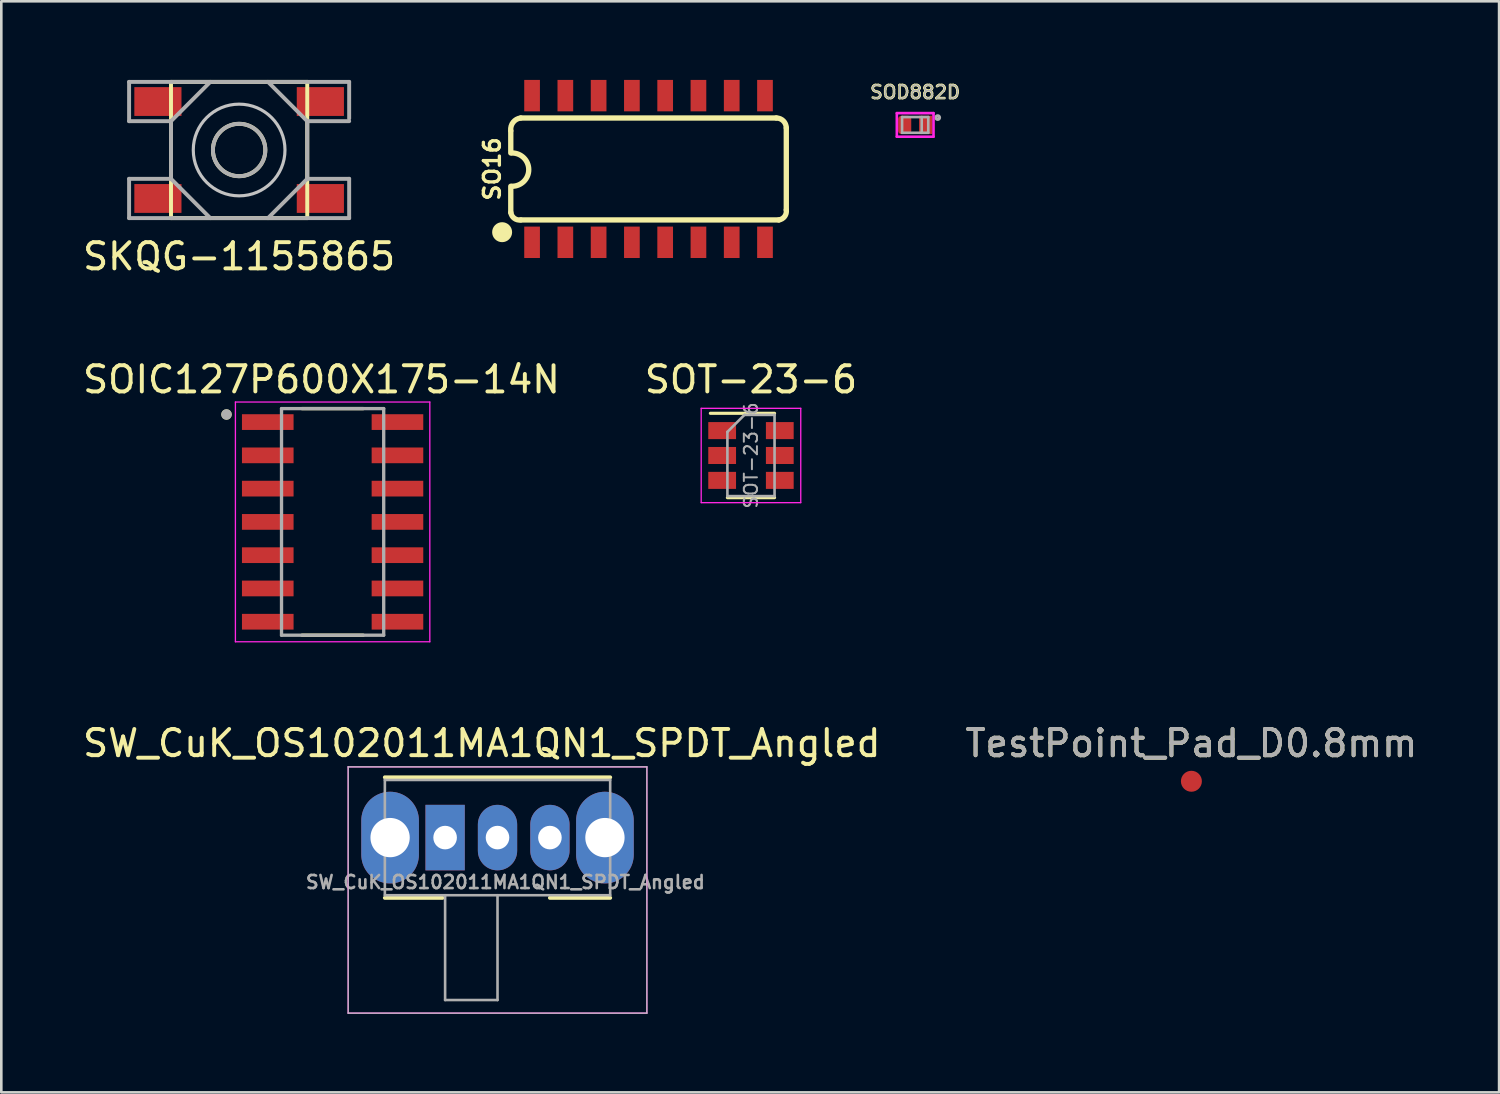
<source format=kicad_pcb>
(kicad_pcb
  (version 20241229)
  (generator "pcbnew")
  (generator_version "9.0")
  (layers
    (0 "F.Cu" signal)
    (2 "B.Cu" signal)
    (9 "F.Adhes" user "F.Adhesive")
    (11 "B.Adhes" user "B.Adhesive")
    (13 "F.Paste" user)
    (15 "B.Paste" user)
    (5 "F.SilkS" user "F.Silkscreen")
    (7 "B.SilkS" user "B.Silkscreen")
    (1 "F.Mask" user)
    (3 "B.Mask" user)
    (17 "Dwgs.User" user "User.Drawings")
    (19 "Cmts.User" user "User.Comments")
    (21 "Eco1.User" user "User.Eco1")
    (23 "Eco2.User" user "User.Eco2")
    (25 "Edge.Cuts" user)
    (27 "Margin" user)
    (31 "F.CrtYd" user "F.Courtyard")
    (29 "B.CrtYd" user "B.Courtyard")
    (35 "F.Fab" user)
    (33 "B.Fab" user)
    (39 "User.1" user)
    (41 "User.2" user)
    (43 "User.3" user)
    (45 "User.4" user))
  (footprint "SOT-23-6"
    (layer "F.Cu")
    (at 25.613 14.335)
    (property "Reference" "SOT-23-6" (at 0 -2.9 0) (layer "F.SilkS") (effects (font (size 1 1) (thickness 0.15))))
    (attr smd)
    (fp_line (start -0.9 1.61) (end 0.9 1.61) (stroke (width 0.12) (type solid)) (layer "F.SilkS"))
    (fp_line (start 0.9 -1.61) (end -1.55 -1.61) (stroke (width 0.12) (type solid)) (layer "F.SilkS"))
    (fp_line (start -1.9 -1.8) (end -1.9 1.8) (stroke (width 0.05) (type solid)) (layer "F.CrtYd"))
    (fp_line (start -1.9 1.8) (end 1.9 1.8) (stroke (width 0.05) (type solid)) (layer "F.CrtYd"))
    (fp_line (start 1.9 -1.8) (end -1.9 -1.8) (stroke (width 0.05) (type solid)) (layer "F.CrtYd"))
    (fp_line (start 1.9 1.8) (end 1.9 -1.8) (stroke (width 0.05) (type solid)) (layer "F.CrtYd"))
    (fp_line (start -0.9 -0.9) (end -0.9 1.55) (stroke (width 0.1) (type solid)) (layer "F.Fab"))
    (fp_line (start -0.9 -0.9) (end -0.25 -1.55) (stroke (width 0.1) (type solid)) (layer "F.Fab"))
    (fp_line (start 0.9 -1.55) (end -0.25 -1.55) (stroke (width 0.1) (type solid)) (layer "F.Fab"))
    (fp_line (start 0.9 -1.55) (end 0.9 1.55) (stroke (width 0.1) (type solid)) (layer "F.Fab"))
    (fp_line (start 0.9 1.55) (end -0.9 1.55) (stroke (width 0.1) (type solid)) (layer "F.Fab"))
    (fp_text user "${REFERENCE}" (at 0 0 270) (layer "F.Fab") (effects (font (size 0.5 0.5) (thickness 0.075))))
    (pad "1" smd rect (at -1.1 -0.95) (size 1.06 0.65) (layers "F.Cu" "F.Mask" "F.Paste"))
    (pad "2" smd rect (at -1.1 0) (size 1.06 0.65) (layers "F.Cu" "F.Mask" "F.Paste"))
    (pad "3" smd rect (at -1.1 0.95) (size 1.06 0.65) (layers "F.Cu" "F.Mask" "F.Paste"))
    (pad "4" smd rect (at 1.1 0.95) (size 1.06 0.65) (layers "F.Cu" "F.Mask" "F.Paste"))
    (pad "5" smd rect (at 1.1 0) (size 1.06 0.65) (layers "F.Cu" "F.Mask" "F.Paste"))
    (pad "6" smd rect (at 1.1 -0.95) (size 1.06 0.65) (layers "F.Cu" "F.Mask" "F.Paste")))
  (footprint "SO16"
    (layer "F.Cu")
    (at 21.703 3.399)
    (property "Reference" "SO16" (at -5.969 0 270) (layer "F.SilkS") (effects (font (size 0.61 0.61) (thickness 0.127))))
    (attr smd)
    (fp_line (start -5.258 -1.45) (end -5.258 -0.61) (stroke (width 0.203) (type solid)) (layer "F.SilkS"))
    (fp_line (start -5.258 1.664) (end -5.258 0.66) (stroke (width 0.203) (type solid)) (layer "F.SilkS"))
    (fp_line (start -4.877 1.946) (end 4.976 1.946) (stroke (width 0.203) (type solid)) (layer "F.SilkS"))
    (fp_line (start 4.877 -1.946) (end -4.877 -1.946) (stroke (width 0.203) (type solid)) (layer "F.SilkS"))
    (fp_line (start 5.258 1.565) (end 5.258 -1.565) (stroke (width 0.203) (type solid)) (layer "F.SilkS"))
    (fp_arc (start -5.2578 -1.46304) (mid -5.16725 -1.783248) (end -4.8768 -1.94564) (stroke (width 0.2032) (type solid)) (layer "F.SilkS"))
    (fp_arc (start -5.207 -0.6096) (mid -4.572 0.0254) (end -5.207 0.6604) (stroke (width 0.2032) (type solid)) (layer "F.SilkS"))
    (fp_arc (start -4.8768 1.94564) (mid -5.124422 1.883052) (end -5.25526 1.6637) (stroke (width 0.2032) (type solid)) (layer "F.SilkS"))
    (fp_arc (start 4.8768 -1.94564) (mid 5.146222 -1.83405) (end 5.2578 -1.56464) (stroke (width 0.2032) (type solid)) (layer "F.SilkS"))
    (fp_arc (start 5.2578 1.56464) (mid 5.194476 1.814065) (end 4.97332 1.94564) (stroke (width 0.2032) (type solid)) (layer "F.SilkS"))
    (fp_circle (center -5.588 2.413) (end -5.461 2.413) (stroke (width 0.254) (type solid)) (fill no) (layer "F.SilkS"))
    (fp_circle (center -5.588 2.413) (end -5.334 2.413) (stroke (width 0.254) (type solid)) (fill no) (layer "F.SilkS"))
    (pad "1" smd rect (at -4.445 2.799) (size 0.599 1.199) (layers "F.Cu" "F.Mask" "F.Paste"))
    (pad "2" smd rect (at -3.175 2.799) (size 0.599 1.199) (layers "F.Cu" "F.Mask" "F.Paste"))
    (pad "3" smd rect (at -1.905 2.799) (size 0.599 1.199) (layers "F.Cu" "F.Mask" "F.Paste"))
    (pad "4" smd rect (at -0.635 2.799) (size 0.599 1.199) (layers "F.Cu" "F.Mask" "F.Paste"))
    (pad "5" smd rect (at 0.635 2.799) (size 0.599 1.199) (layers "F.Cu" "F.Mask" "F.Paste"))
    (pad "6" smd rect (at 1.905 2.799) (size 0.599 1.199) (layers "F.Cu" "F.Mask" "F.Paste"))
    (pad "7" smd rect (at 3.175 2.799) (size 0.599 1.199) (layers "F.Cu" "F.Mask" "F.Paste"))
    (pad "8" smd rect (at 4.445 2.799) (size 0.599 1.199) (layers "F.Cu" "F.Mask" "F.Paste"))
    (pad "9" smd rect (at 4.445 -2.799) (size 0.599 1.199) (layers "F.Cu" "F.Mask" "F.Paste"))
    (pad "10" smd rect (at 3.175 -2.799) (size 0.599 1.199) (layers "F.Cu" "F.Mask" "F.Paste"))
    (pad "11" smd rect (at 1.905 -2.799) (size 0.599 1.199) (layers "F.Cu" "F.Mask" "F.Paste"))
    (pad "12" smd rect (at 0.635 -2.799) (size 0.599 1.199) (layers "F.Cu" "F.Mask" "F.Paste"))
    (pad "13" smd rect (at -0.635 -2.799) (size 0.599 1.199) (layers "F.Cu" "F.Mask" "F.Paste"))
    (pad "14" smd rect (at -1.905 -2.799) (size 0.599 1.199) (layers "F.Cu" "F.Mask" "F.Paste"))
    (pad "15" smd rect (at -3.175 -2.799) (size 0.599 1.199) (layers "F.Cu" "F.Mask" "F.Paste"))
    (pad "16" smd rect (at -4.445 -2.799) (size 0.599 1.199) (layers "F.Cu" "F.Mask" "F.Paste")))
  (footprint "TestPoint_Pad_D0.8mm"
    (layer "F.Cu")
    (at 42.423 26.769)
    (property "Reference" "TestPoint_Pad_D0.8mm" (at 0 -1.448 0) (layer "F.SilkS") (effects (font (size 1 1) (thickness 0.15))))
    (attr exclude_from_pos_files exclude_from_bom)
    (fp_text user "${REFERENCE}" (at 0 -1.45 0) (layer "F.Fab") (effects (font (size 1 1) (thickness 0.15))))
    (pad "1" smd circle (at 0 0) (size 0.8 0.8) (layers "F.Cu" "F.Mask")))
  (footprint "SOD882D"
    (layer "F.Cu")
    (at 31.88 1.718)
    (property "Reference" "SOD882D" (at 0 -1.25 0) (layer "F.SilkS") (effects (font (size 0.5 0.5) (thickness 0.1))))
    (attr smd)
    (fp_line (start -0.7 -0.45) (end 0.7 -0.45) (stroke (width 0.1) (type solid)) (layer "F.CrtYd"))
    (fp_line (start -0.7 0.45) (end -0.7 -0.45) (stroke (width 0.1) (type solid)) (layer "F.CrtYd"))
    (fp_line (start 0.7 -0.45) (end 0.7 0.45) (stroke (width 0.1) (type solid)) (layer "F.CrtYd"))
    (fp_line (start 0.7 0.45) (end -0.7 0.45) (stroke (width 0.1) (type solid)) (layer "F.CrtYd"))
    (fp_line (start -0.5 -0.3) (end 0.5 -0.3) (stroke (width 0.1) (type solid)) (layer "F.Fab"))
    (fp_line (start -0.5 0.3) (end -0.5 -0.3) (stroke (width 0.1) (type solid)) (layer "F.Fab"))
    (fp_line (start 0.25 -0.3) (end 0.25 0.3) (stroke (width 0.1) (type solid)) (layer "F.Fab"))
    (fp_line (start 0.5 -0.3) (end 0.5 0.3) (stroke (width 0.1) (type solid)) (layer "F.Fab"))
    (fp_line (start 0.5 0.3) (end -0.5 0.3) (stroke (width 0.1) (type solid)) (layer "F.Fab"))
    (fp_circle (center 0.86 -0.28) (end 0.87 -0.28) (stroke (width 0.12) (type solid)) (fill no) (layer "F.Fab"))
    (fp_text user "${REFERENCE}" (at 0 -1.25 0) (layer "F.Fab") (effects (font (size 0.5 0.5) (thickness 0.05))))
    (pad "1" smd rect (at 0.4 0) (size 0.5 0.7) (layers "F.Cu" "F.Mask" "F.Paste"))
    (pad "2" smd roundrect (at -0.4 0) (size 0.5 0.7) (layers "F.Cu" "F.Mask" "F.Paste") (roundrect_rratio 0.25)))
  (footprint "SW_CuK_OS102011MA1QN1_SPDT_Angled"
    (layer "F.Cu")
    (at 13.939 28.919)
    (property "Reference" "SW_CuK_OS102011MA1QN1_SPDT_Angled" (at 1.4 -3.6 0) (layer "F.SilkS") (effects (font (size 1 1) (thickness 0.15))))
    (attr through_hole)
    (fp_line (start -2.3 -2.3) (end 6.3 -2.3) (stroke (width 0.15) (type solid)) (layer "F.SilkS"))
    (fp_line (start -2.3 2.3) (end -0.1 2.3) (stroke (width 0.15) (type solid)) (layer "F.SilkS"))
    (fp_line (start 4 2.3) (end 6.3 2.3) (stroke (width 0.15) (type solid)) (layer "F.SilkS"))
    (fp_line (start -3.7 -2.7) (end 7.7 -2.7) (stroke (width 0.05) (type solid)) (layer "Dwgs.User"))
    (fp_line (start -3.7 6.7) (end -3.7 -2.7) (stroke (width 0.05) (type solid)) (layer "Dwgs.User"))
    (fp_line (start 7.7 -2.7) (end 7.7 6.7) (stroke (width 0.05) (type solid)) (layer "Dwgs.User"))
    (fp_line (start 7.7 6.7) (end -3.7 6.7) (stroke (width 0.05) (type solid)) (layer "Dwgs.User"))
    (fp_line (start -3.7 -2.7) (end 7.7 -2.7) (stroke (width 0.05) (type solid)) (layer "F.CrtYd"))
    (fp_line (start -3.7 6.7) (end -3.7 -2.7) (stroke (width 0.05) (type solid)) (layer "F.CrtYd"))
    (fp_line (start 7.7 -2.7) (end 7.7 6.7) (stroke (width 0.05) (type solid)) (layer "F.CrtYd"))
    (fp_line (start 7.7 6.7) (end -3.7 6.7) (stroke (width 0.05) (type solid)) (layer "F.CrtYd"))
    (fp_line (start -2.3 -2.2) (end -2.3 2.2) (stroke (width 0.1) (type solid)) (layer "F.Fab"))
    (fp_line (start -2.3 -2.2) (end 6.3 -2.2) (stroke (width 0.1) (type solid)) (layer "F.Fab"))
    (fp_line (start -2.3 2.2) (end 6.3 2.2) (stroke (width 0.1) (type solid)) (layer "F.Fab"))
    (fp_line (start 0 6.2) (end 0 2.2) (stroke (width 0.1) (type solid)) (layer "F.Fab"))
    (fp_line (start 2 2.2) (end 2 6.2) (stroke (width 0.1) (type solid)) (layer "F.Fab"))
    (fp_line (start 2 6.2) (end 0 6.2) (stroke (width 0.1) (type solid)) (layer "F.Fab"))
    (fp_line (start 6.3 2.2) (end 6.3 -2.2) (stroke (width 0.1) (type solid)) (layer "F.Fab"))
    (fp_text user "${REFERENCE}" (at 2.3 1.7 0) (layer "F.Fab") (effects (font (size 0.5 0.5) (thickness 0.1))))
    (pad "" thru_hole oval (at -2.1 0) (size 2.2 3.5) (drill 1.5) (layers "*.Cu" "*.Mask"))
    (pad "" thru_hole oval (at 6.1 0) (size 2.2 3.5) (drill 1.5) (layers "*.Cu" "*.Mask"))
    (pad "1" thru_hole rect (at 0 0) (size 1.5 2.5) (drill 0.9) (layers "*.Cu" "*.Mask"))
    (pad "2" thru_hole oval (at 2 0) (size 1.5 2.5) (drill 0.9) (layers "*.Cu" "*.Mask"))
    (pad "3" thru_hole oval (at 4 0) (size 1.5 2.5) (drill 0.9) (layers "*.Cu" "*.Mask")))
  (footprint "SKQG-1155865"
    (layer "F.Cu")
    (at 6.077 2.675)
    (property "Reference" "SKQG-1155865" (at 0 4.064 0) (layer "F.SilkS") (effects (font (size 1 1) (thickness 0.15))))
    (attr smd)
    (fp_line (start -2.6 -2.6) (end 2.6 -2.6) (stroke (width 0.15) (type solid)) (layer "F.SilkS"))
    (fp_line (start -2.6 2.6) (end -2.6 -2.6) (stroke (width 0.15) (type solid)) (layer "F.SilkS"))
    (fp_line (start 2.6 -2.6) (end 2.6 2.6) (stroke (width 0.15) (type solid)) (layer "F.SilkS"))
    (fp_line (start 2.6 2.6) (end -2.6 2.6) (stroke (width 0.15) (type solid)) (layer "F.SilkS"))
    (fp_circle (center 0 0) (end 1 0) (stroke (width 0.15) (type solid)) (fill no) (layer "F.SilkS"))
    (fp_circle (center 0 0) (end 1.75 0) (stroke (width 0.12) (type solid)) (fill no) (layer "Dwgs.User"))
    (fp_line (start -4.2 -2.6) (end 4.2 -2.6) (stroke (width 0.15) (type solid)) (layer "F.Fab"))
    (fp_line (start -4.2 -1.1) (end -4.2 -2.6) (stroke (width 0.15) (type solid)) (layer "F.Fab"))
    (fp_line (start -4.2 1.1) (end -2.6 1.1) (stroke (width 0.15) (type solid)) (layer "F.Fab"))
    (fp_line (start -4.2 2.6) (end -4.2 1.1) (stroke (width 0.15) (type solid)) (layer "F.Fab"))
    (fp_line (start -2.6 -1.1) (end -4.2 -1.1) (stroke (width 0.15) (type solid)) (layer "F.Fab"))
    (fp_line (start -2.6 -1.1) (end -1.1 -2.6) (stroke (width 0.15) (type solid)) (layer "F.Fab"))
    (fp_line (start -2.6 1.1) (end -2.6 -1.1) (stroke (width 0.15) (type solid)) (layer "F.Fab"))
    (fp_line (start -2.6 1.1) (end -1.1 2.6) (stroke (width 0.15) (type solid)) (layer "F.Fab"))
    (fp_line (start 2.6 -1.1) (end 1.1 -2.6) (stroke (width 0.15) (type solid)) (layer "F.Fab"))
    (fp_line (start 2.6 -1.1) (end 2.6 1.1) (stroke (width 0.15) (type solid)) (layer "F.Fab"))
    (fp_line (start 2.6 1.1) (end 1.1 2.6) (stroke (width 0.15) (type solid)) (layer "F.Fab"))
    (fp_line (start 2.6 1.1) (end 4.2 1.1) (stroke (width 0.15) (type solid)) (layer "F.Fab"))
    (fp_line (start 4.2 -2.6) (end 4.2 -1.2) (stroke (width 0.15) (type solid)) (layer "F.Fab"))
    (fp_line (start 4.2 -1.1) (end 2.6 -1.1) (stroke (width 0.15) (type solid)) (layer "F.Fab"))
    (fp_line (start 4.2 1.1) (end 4.2 2.6) (stroke (width 0.15) (type solid)) (layer "F.Fab"))
    (fp_line (start 4.2 2.6) (end -4.2 2.6) (stroke (width 0.15) (type solid)) (layer "F.Fab"))
    (fp_circle (center 0 0) (end 1 0) (stroke (width 0.15) (type solid)) (fill no) (layer "F.Fab"))
    (pad "1" smd rect (at 3.1 1.85) (size 1.8 1.1) (layers "F.Cu" "F.Mask" "F.Paste"))
    (pad "2" smd rect (at -3.1 -1.85) (size 1.8 1.1) (layers "F.Cu" "F.Mask" "F.Paste"))
    (pad "3" smd rect (at 3.1 -1.85) (size 1.8 1.1) (layers "F.Cu" "F.Mask" "F.Paste"))
    (pad "4" smd rect (at -3.1 1.85) (size 1.8 1.1) (layers "F.Cu" "F.Mask" "F.Paste")))
  (footprint "SOIC127P600X175-14N"
    (layer "F.Cu")
    (at 9.645 16.87)
    (property "Reference" "SOIC127P600X175-14N" (at -0.425 -5.435 0) (layer "F.SilkS") (effects (font (size 1 1) (thickness 0.15))))
    (attr through_hole)
    (fp_line (start -1.17 -4.325) (end 1.17 -4.325) (stroke (width 0.127) (type solid)) (layer "F.SilkS"))
    (fp_line (start -1.17 4.325) (end 1.17 4.325) (stroke (width 0.127) (type solid)) (layer "F.SilkS"))
    (fp_circle (center -4.05 -4.1) (end -3.95 -4.1) (stroke (width 0.2) (type solid)) (fill no) (layer "F.SilkS"))
    (fp_line (start -3.71 -4.575) (end 3.71 -4.575) (stroke (width 0.05) (type solid)) (layer "F.CrtYd"))
    (fp_line (start -3.71 4.575) (end -3.71 -4.575) (stroke (width 0.05) (type solid)) (layer "F.CrtYd"))
    (fp_line (start 3.71 -4.575) (end 3.71 4.575) (stroke (width 0.05) (type solid)) (layer "F.CrtYd"))
    (fp_line (start 3.71 4.575) (end -3.71 4.575) (stroke (width 0.05) (type solid)) (layer "F.CrtYd"))
    (fp_line (start -1.95 -4.325) (end 1.95 -4.325) (stroke (width 0.127) (type solid)) (layer "F.Fab"))
    (fp_line (start -1.95 4.325) (end -1.95 -4.325) (stroke (width 0.127) (type solid)) (layer "F.Fab"))
    (fp_line (start 1.95 -4.325) (end 1.95 4.325) (stroke (width 0.127) (type solid)) (layer "F.Fab"))
    (fp_line (start 1.95 4.325) (end -1.95 4.325) (stroke (width 0.127) (type solid)) (layer "F.Fab"))
    (fp_circle (center -4.05 -4.1) (end -3.95 -4.1) (stroke (width 0.2) (type solid)) (fill no) (layer "F.Fab"))
    (pad "1" smd rect (at -2.475 -3.81) (size 1.97 0.6) (layers "F.Cu" "F.Mask" "F.Paste"))
    (pad "2" smd rect (at -2.475 -2.54) (size 1.97 0.6) (layers "F.Cu" "F.Mask" "F.Paste"))
    (pad "3" smd rect (at -2.475 -1.27) (size 1.97 0.6) (layers "F.Cu" "F.Mask" "F.Paste"))
    (pad "4" smd rect (at -2.475 0) (size 1.97 0.6) (layers "F.Cu" "F.Mask" "F.Paste"))
    (pad "5" smd rect (at -2.475 1.27) (size 1.97 0.6) (layers "F.Cu" "F.Mask" "F.Paste"))
    (pad "6" smd rect (at -2.475 2.54) (size 1.97 0.6) (layers "F.Cu" "F.Mask" "F.Paste"))
    (pad "7" smd rect (at -2.475 3.81) (size 1.97 0.6) (layers "F.Cu" "F.Mask" "F.Paste"))
    (pad "8" smd rect (at 2.475 3.81) (size 1.97 0.6) (layers "F.Cu" "F.Mask" "F.Paste"))
    (pad "9" smd rect (at 2.475 2.54) (size 1.97 0.6) (layers "F.Cu" "F.Mask" "F.Paste"))
    (pad "10" smd rect (at 2.475 1.27) (size 1.97 0.6) (layers "F.Cu" "F.Mask" "F.Paste"))
    (pad "11" smd rect (at 2.475 0) (size 1.97 0.6) (layers "F.Cu" "F.Mask" "F.Paste"))
    (pad "12" smd rect (at 2.475 -1.27) (size 1.97 0.6) (layers "F.Cu" "F.Mask" "F.Paste"))
    (pad "13" smd rect (at 2.475 -2.54) (size 1.97 0.6) (layers "F.Cu" "F.Mask" "F.Paste"))
    (pad "14" smd rect (at 2.475 -3.81) (size 1.97 0.6) (layers "F.Cu" "F.Mask" "F.Paste")))
  (gr_rect
    (start -3 -3)
    (end 54.167 38.644)
    (stroke (width 0.1) (type default))
    (fill no)
    (layer "Edge.Cuts")))
</source>
